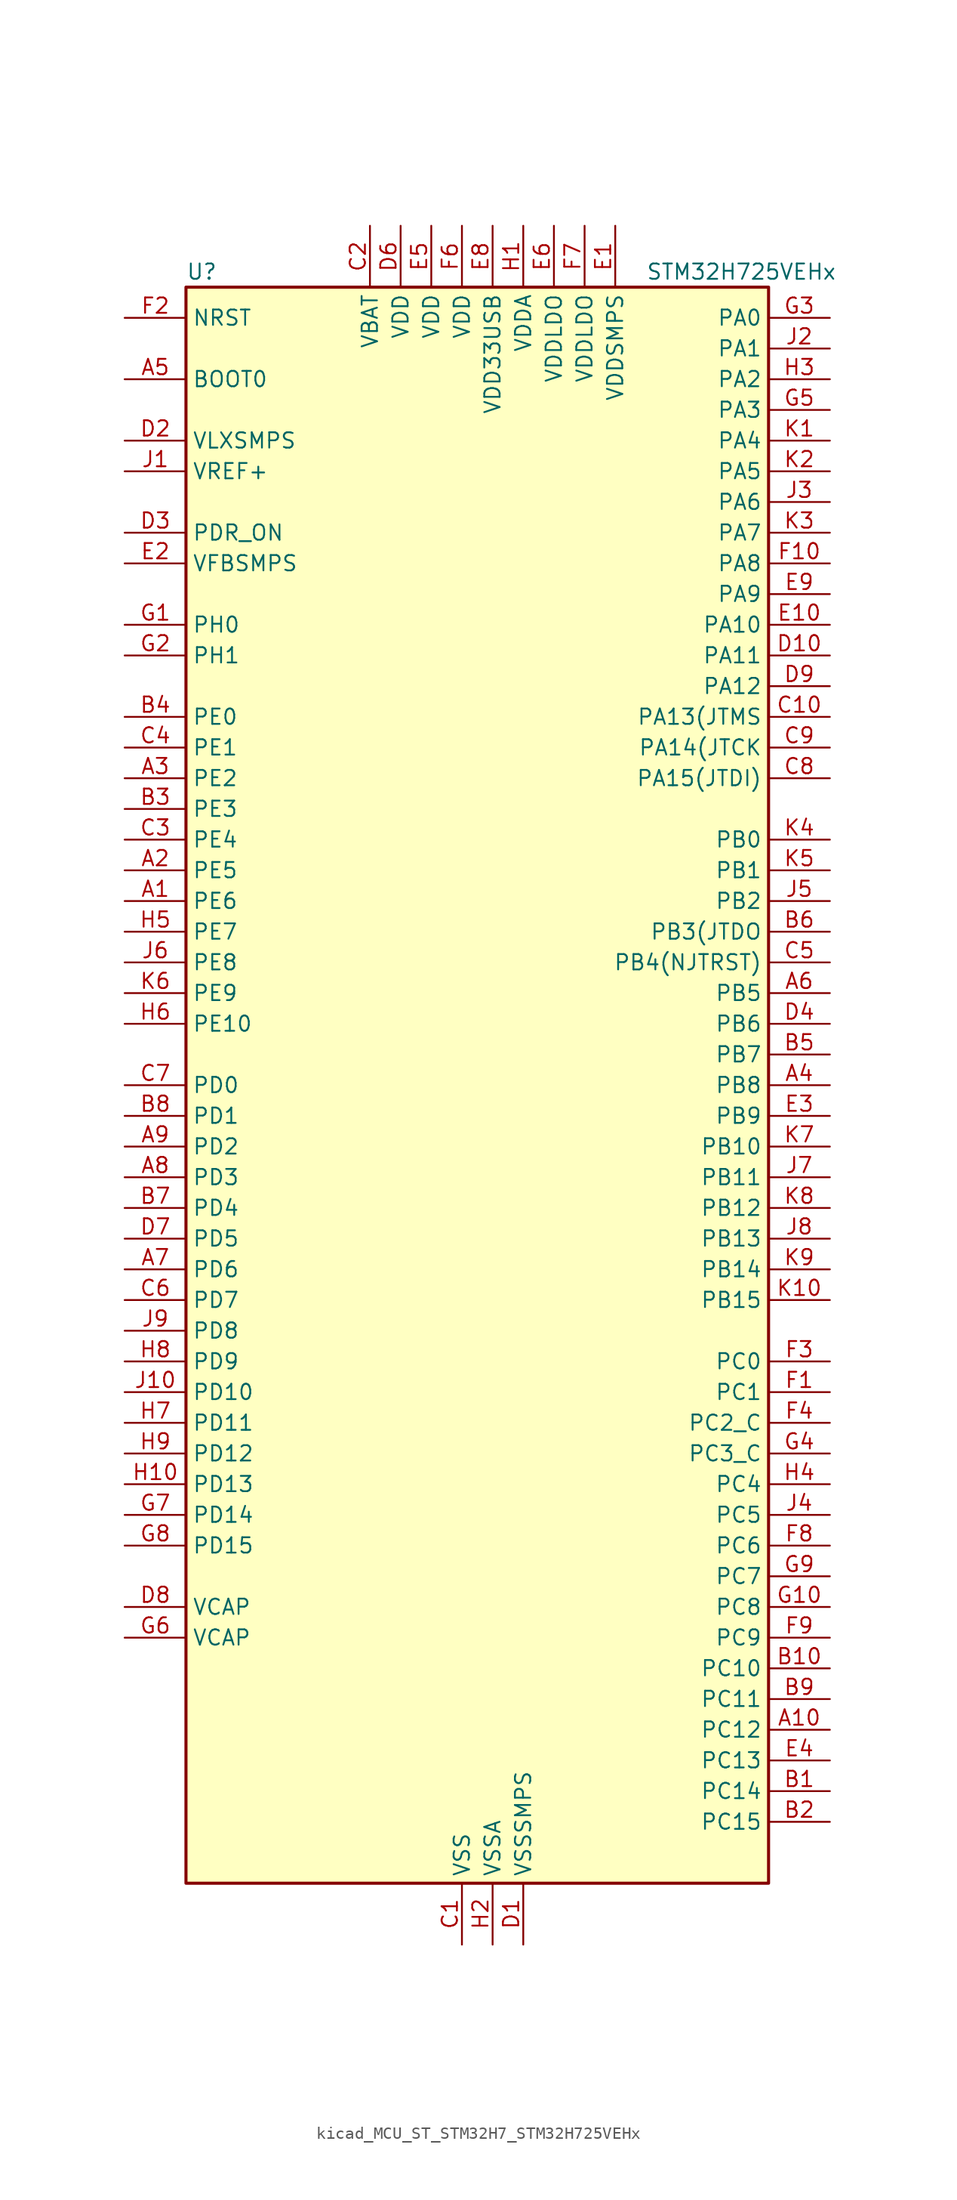
<source format=kicad_sym>
(kicad_symbol_lib
  (version 20220914)
  (generator kicad_symbol_editor)
  (symbol "kicad_MCU_ST_STM32H7_STM32H725VEHx"
    (property "Reference" "U"
      (at -22.86 67.31 0)
      (effects (font (size 1.27 1.27)) (justify left)))
    (property "Value" "STM32H725VEHx"
      (at 15.24 67.31 0)
      (effects (font (size 1.27 1.27)) (justify left)))
    (property "ki_locked" ""
      (at 0 0 0)
      (effects (font (size 1.27 1.27))))
    (symbol "kicad_MCU_ST_STM32H7_STM32H725VEHx_0_1"
      (rectangle (start -22.86 -66.04) (end 25.4 66.04) (stroke (width 0.254) (type default)) (fill (type background))))
    (symbol "kicad_MCU_ST_STM32H7_STM32H725VEHx_1_1"
      (pin bidirectional line (at -27.94 15.24 0) (length 5.08) (name "PE6" (effects (font (size 1.27 1.27)))) (number "A1" (effects (font (size 1.27 1.27)))) (alternate "DCMI_D7" bidirectional line) (alternate "DEBUG_TRACED3" bidirectional line) (alternate "FMC_A22" bidirectional line) (alternate "LTDC_G1" bidirectional line) (alternate "PSSI_D7" bidirectional line) (alternate "SAI1_D1" bidirectional line) (alternate "SAI1_SD_A" bidirectional line) (alternate "SAI4_D1" bidirectional line) (alternate "SAI4_MCLK_B" bidirectional line) (alternate "SAI4_SD_A" bidirectional line) (alternate "SPI4_MOSI" bidirectional line) (alternate "TIM15_CH2" bidirectional line) (alternate "TIM1_BKIN2" bidirectional line) (alternate "TIM1_BKIN2_COMP1" bidirectional line) (alternate "TIM1_BKIN2_COMP2" bidirectional line))
      (pin bidirectional line (at 30.48 -53.34 180) (length 5.08) (name "PC12" (effects (font (size 1.27 1.27)))) (number "A10" (effects (font (size 1.27 1.27)))) (alternate "DCMI_D9" bidirectional line) (alternate "DEBUG_TRACED3" bidirectional line) (alternate "FMC_D6" bidirectional line) (alternate "FMC_DA6" bidirectional line) (alternate "I2C5_SMBA" bidirectional line) (alternate "I2S3_SDO" bidirectional line) (alternate "I2S6_CK" bidirectional line) (alternate "LTDC_R6" bidirectional line) (alternate "PSSI_D9" bidirectional line) (alternate "SDMMC1_CK" bidirectional line) (alternate "SPI3_MOSI" bidirectional line) (alternate "SPI6_SCK" bidirectional line) (alternate "TIM15_CH1" bidirectional line) (alternate "UART5_TX" bidirectional line) (alternate "USART3_CK" bidirectional line))
      (pin bidirectional line (at -27.94 17.78 0) (length 5.08) (name "PE5" (effects (font (size 1.27 1.27)))) (number "A2" (effects (font (size 1.27 1.27)))) (alternate "DCMI_D6" bidirectional line) (alternate "DEBUG_TRACED2" bidirectional line) (alternate "DFSDM1_CKIN3" bidirectional line) (alternate "FMC_A21" bidirectional line) (alternate "LTDC_G0" bidirectional line) (alternate "PSSI_D6" bidirectional line) (alternate "SAI1_CK2" bidirectional line) (alternate "SAI1_SCK_A" bidirectional line) (alternate "SAI4_CK2" bidirectional line) (alternate "SAI4_SCK_A" bidirectional line) (alternate "SPI4_MISO" bidirectional line) (alternate "TIM15_CH1" bidirectional line))
      (pin bidirectional line (at -27.94 25.4 0) (length 5.08) (name "PE2" (effects (font (size 1.27 1.27)))) (number "A3" (effects (font (size 1.27 1.27)))) (alternate "DEBUG_TRACECLK" bidirectional line) (alternate "ETH_TXD3" bidirectional line) (alternate "FMC_A23" bidirectional line) (alternate "OCTOSPIM_P1_IO2" bidirectional line) (alternate "SAI1_CK1" bidirectional line) (alternate "SAI1_MCLK_A" bidirectional line) (alternate "SAI4_CK1" bidirectional line) (alternate "SAI4_MCLK_A" bidirectional line) (alternate "SPI4_SCK" bidirectional line) (alternate "USART10_RX" bidirectional line))
      (pin bidirectional line (at 30.48 0 180) (length 5.08) (name "PB8" (effects (font (size 1.27 1.27)))) (number "A4" (effects (font (size 1.27 1.27)))) (alternate "DCMI_D6" bidirectional line) (alternate "DFSDM1_CKIN7" bidirectional line) (alternate "ETH_TXD3" bidirectional line) (alternate "FDCAN1_RX" bidirectional line) (alternate "I2C1_SCL" bidirectional line) (alternate "I2C4_SCL" bidirectional line) (alternate "LTDC_B6" bidirectional line) (alternate "PSSI_D6" bidirectional line) (alternate "SDMMC1_CKIN" bidirectional line) (alternate "SDMMC1_D4" bidirectional line) (alternate "SDMMC2_D4" bidirectional line) (alternate "TIM16_CH1" bidirectional line) (alternate "TIM4_CH3" bidirectional line) (alternate "UART4_RX" bidirectional line))
      (pin input line (at -27.94 58.42 0) (length 5.08) (name "BOOT0" (effects (font (size 1.27 1.27)))) (number "A5" (effects (font (size 1.27 1.27)))))
      (pin bidirectional line (at 30.48 7.62 180) (length 5.08) (name "PB5" (effects (font (size 1.27 1.27)))) (number "A6" (effects (font (size 1.27 1.27)))) (alternate "DCMI_D10" bidirectional line) (alternate "ETH_PPS_OUT" bidirectional line) (alternate "FDCAN2_RX" bidirectional line) (alternate "FMC_SDCKE1" bidirectional line) (alternate "I2C1_SMBA" bidirectional line) (alternate "I2C4_SMBA" bidirectional line) (alternate "I2S1_SDO" bidirectional line) (alternate "I2S3_SDO" bidirectional line) (alternate "I2S6_SDO" bidirectional line) (alternate "LTDC_B5" bidirectional line) (alternate "PSSI_D10" bidirectional line) (alternate "SPI1_MOSI" bidirectional line) (alternate "SPI3_MOSI" bidirectional line) (alternate "SPI6_MOSI" bidirectional line) (alternate "TIM17_BKIN" bidirectional line) (alternate "TIM3_CH2" bidirectional line) (alternate "UART5_RX" bidirectional line) (alternate "USB_OTG_HS_ULPI_D7" bidirectional line))
      (pin bidirectional line (at -27.94 -15.24 0) (length 5.08) (name "PD6" (effects (font (size 1.27 1.27)))) (number "A7" (effects (font (size 1.27 1.27)))) (alternate "DCMI_D10" bidirectional line) (alternate "DFSDM1_CKIN4" bidirectional line) (alternate "DFSDM1_DATIN1" bidirectional line) (alternate "FMC_NWAIT" bidirectional line) (alternate "I2S3_SDO" bidirectional line) (alternate "LTDC_B2" bidirectional line) (alternate "OCTOSPIM_P1_IO6" bidirectional line) (alternate "PSSI_D10" bidirectional line) (alternate "SAI1_D1" bidirectional line) (alternate "SAI1_SD_A" bidirectional line) (alternate "SAI4_D1" bidirectional line) (alternate "SAI4_SD_A" bidirectional line) (alternate "SDMMC2_CK" bidirectional line) (alternate "SPI3_MOSI" bidirectional line) (alternate "USART2_RX" bidirectional line))
      (pin bidirectional line (at -27.94 -7.62 0) (length 5.08) (name "PD3" (effects (font (size 1.27 1.27)))) (number "A8" (effects (font (size 1.27 1.27)))) (alternate "DCMI_D5" bidirectional line) (alternate "DFSDM1_CKOUT" bidirectional line) (alternate "FMC_CLK" bidirectional line) (alternate "I2S2_CK" bidirectional line) (alternate "LTDC_G7" bidirectional line) (alternate "PSSI_D5" bidirectional line) (alternate "SPI2_SCK" bidirectional line) (alternate "USART2_CTS" bidirectional line) (alternate "USART2_NSS" bidirectional line))
      (pin bidirectional line (at -27.94 -5.08 0) (length 5.08) (name "PD2" (effects (font (size 1.27 1.27)))) (number "A9" (effects (font (size 1.27 1.27)))) (alternate "DCMI_D11" bidirectional line) (alternate "DEBUG_TRACED2" bidirectional line) (alternate "FMC_D7" bidirectional line) (alternate "FMC_DA7" bidirectional line) (alternate "LTDC_B2" bidirectional line) (alternate "LTDC_B7" bidirectional line) (alternate "PSSI_D11" bidirectional line) (alternate "SDMMC1_CMD" bidirectional line) (alternate "TIM15_BKIN" bidirectional line) (alternate "TIM3_ETR" bidirectional line) (alternate "UART5_RX" bidirectional line))
      (pin bidirectional line (at 30.48 -58.42 180) (length 5.08) (name "PC14" (effects (font (size 1.27 1.27)))) (number "B1" (effects (font (size 1.27 1.27)))) (alternate "RCC_OSC32_IN" bidirectional line))
      (pin bidirectional line (at 30.48 -48.26 180) (length 5.08) (name "PC10" (effects (font (size 1.27 1.27)))) (number "B10" (effects (font (size 1.27 1.27)))) (alternate "DCMI_D8" bidirectional line) (alternate "DFSDM1_CKIN5" bidirectional line) (alternate "I2C5_SDA" bidirectional line) (alternate "I2S3_CK" bidirectional line) (alternate "LTDC_B1" bidirectional line) (alternate "LTDC_R2" bidirectional line) (alternate "OCTOSPIM_P1_IO1" bidirectional line) (alternate "PSSI_D8" bidirectional line) (alternate "SDMMC1_D2" bidirectional line) (alternate "SPI3_SCK" bidirectional line) (alternate "SWPMI1_RX" bidirectional line) (alternate "UART4_TX" bidirectional line) (alternate "USART3_TX" bidirectional line))
      (pin bidirectional line (at 30.48 -60.96 180) (length 5.08) (name "PC15" (effects (font (size 1.27 1.27)))) (number "B2" (effects (font (size 1.27 1.27)))) (alternate "ADC1_EXTI15" bidirectional line) (alternate "ADC2_EXTI15" bidirectional line) (alternate "ADC3_EXTI15" bidirectional line) (alternate "RCC_OSC32_OUT" bidirectional line))
      (pin bidirectional line (at -27.94 22.86 0) (length 5.08) (name "PE3" (effects (font (size 1.27 1.27)))) (number "B3" (effects (font (size 1.27 1.27)))) (alternate "DEBUG_TRACED0" bidirectional line) (alternate "FMC_A19" bidirectional line) (alternate "SAI1_SD_B" bidirectional line) (alternate "SAI4_SD_B" bidirectional line) (alternate "TIM15_BKIN" bidirectional line) (alternate "USART10_TX" bidirectional line))
      (pin bidirectional line (at -27.94 30.48 0) (length 5.08) (name "PE0" (effects (font (size 1.27 1.27)))) (number "B4" (effects (font (size 1.27 1.27)))) (alternate "DCMI_D2" bidirectional line) (alternate "FMC_NBL0" bidirectional line) (alternate "LPTIM1_ETR" bidirectional line) (alternate "LPTIM2_ETR" bidirectional line) (alternate "LTDC_R0" bidirectional line) (alternate "PSSI_D2" bidirectional line) (alternate "SAI4_MCLK_A" bidirectional line) (alternate "TIM4_ETR" bidirectional line) (alternate "UART8_RX" bidirectional line))
      (pin bidirectional line (at 30.48 2.54 180) (length 5.08) (name "PB7" (effects (font (size 1.27 1.27)))) (number "B5" (effects (font (size 1.27 1.27)))) (alternate "DCMI_VSYNC" bidirectional line) (alternate "DFSDM1_CKIN5" bidirectional line) (alternate "FMC_NL" bidirectional line) (alternate "I2C1_SDA" bidirectional line) (alternate "I2C4_SDA" bidirectional line) (alternate "LPUART1_RX" bidirectional line) (alternate "PSSI_RDY" bidirectional line) (alternate "PWR_PVD_IN" bidirectional line) (alternate "TIM17_CH1N" bidirectional line) (alternate "TIM4_CH2" bidirectional line) (alternate "USART1_RX" bidirectional line))
      (pin bidirectional line (at 30.48 12.7 180) (length 5.08) (name "PB3(JTDO" (effects (font (size 1.27 1.27)))) (number "B6" (effects (font (size 1.27 1.27)))) (alternate "CRS_SYNC" bidirectional line) (alternate "DEBUG_JTDO-SWO" bidirectional line) (alternate "I2S1_CK" bidirectional line) (alternate "I2S3_CK" bidirectional line) (alternate "I2S6_CK" bidirectional line) (alternate "SDMMC2_D2" bidirectional line) (alternate "SPI1_SCK" bidirectional line) (alternate "SPI3_SCK" bidirectional line) (alternate "SPI6_SCK" bidirectional line) (alternate "TIM24_ETR" bidirectional line) (alternate "TIM2_CH2" bidirectional line) (alternate "UART7_RX" bidirectional line))
      (pin bidirectional line (at -27.94 -10.16 0) (length 5.08) (name "PD4" (effects (font (size 1.27 1.27)))) (number "B7" (effects (font (size 1.27 1.27)))) (alternate "FMC_NOE" bidirectional line) (alternate "OCTOSPIM_P1_IO4" bidirectional line) (alternate "USART2_DE" bidirectional line) (alternate "USART2_RTS" bidirectional line))
      (pin bidirectional line (at -27.94 -2.54 0) (length 5.08) (name "PD1" (effects (font (size 1.27 1.27)))) (number "B8" (effects (font (size 1.27 1.27)))) (alternate "DFSDM1_DATIN6" bidirectional line) (alternate "FDCAN1_TX" bidirectional line) (alternate "FMC_D3" bidirectional line) (alternate "FMC_DA3" bidirectional line) (alternate "UART4_TX" bidirectional line))
      (pin bidirectional line (at 30.48 -50.8 180) (length 5.08) (name "PC11" (effects (font (size 1.27 1.27)))) (number "B9" (effects (font (size 1.27 1.27)))) (alternate "ADC1_EXTI11" bidirectional line) (alternate "ADC2_EXTI11" bidirectional line) (alternate "ADC3_EXTI11" bidirectional line) (alternate "DCMI_D4" bidirectional line) (alternate "DFSDM1_DATIN5" bidirectional line) (alternate "I2C5_SCL" bidirectional line) (alternate "I2S3_SDI" bidirectional line) (alternate "LTDC_B4" bidirectional line) (alternate "OCTOSPIM_P1_NCS" bidirectional line) (alternate "PSSI_D4" bidirectional line) (alternate "SDMMC1_D3" bidirectional line) (alternate "SPI3_MISO" bidirectional line) (alternate "UART4_RX" bidirectional line) (alternate "USART3_RX" bidirectional line))
      (pin power_in line (at 0 -71.12 90) (length 5.08) (name "VSS" (effects (font (size 1.27 1.27)))) (number "C1" (effects (font (size 1.27 1.27)))))
      (pin bidirectional line (at 30.48 30.48 180) (length 5.08) (name "PA13(JTMS" (effects (font (size 1.27 1.27)))) (number "C10" (effects (font (size 1.27 1.27)))) (alternate "DEBUG_JTMS-SWDIO" bidirectional line))
      (pin power_in line (at -7.62 71.12 270) (length 5.08) (name "VBAT" (effects (font (size 1.27 1.27)))) (number "C2" (effects (font (size 1.27 1.27)))))
      (pin bidirectional line (at -27.94 20.32 0) (length 5.08) (name "PE4" (effects (font (size 1.27 1.27)))) (number "C3" (effects (font (size 1.27 1.27)))) (alternate "DCMI_D4" bidirectional line) (alternate "DEBUG_TRACED1" bidirectional line) (alternate "DFSDM1_DATIN3" bidirectional line) (alternate "FMC_A20" bidirectional line) (alternate "LTDC_B0" bidirectional line) (alternate "PSSI_D4" bidirectional line) (alternate "SAI1_D2" bidirectional line) (alternate "SAI1_FS_A" bidirectional line) (alternate "SAI4_D2" bidirectional line) (alternate "SAI4_FS_A" bidirectional line) (alternate "SPI4_NSS" bidirectional line) (alternate "TIM15_CH1N" bidirectional line))
      (pin bidirectional line (at -27.94 27.94 0) (length 5.08) (name "PE1" (effects (font (size 1.27 1.27)))) (number "C4" (effects (font (size 1.27 1.27)))) (alternate "DCMI_D3" bidirectional line) (alternate "FMC_NBL1" bidirectional line) (alternate "LPTIM1_IN2" bidirectional line) (alternate "LTDC_R6" bidirectional line) (alternate "PSSI_D3" bidirectional line) (alternate "UART8_TX" bidirectional line))
      (pin bidirectional line (at 30.48 10.16 180) (length 5.08) (name "PB4(NJTRST)" (effects (font (size 1.27 1.27)))) (number "C5" (effects (font (size 1.27 1.27)))) (alternate "DEBUG_JTRST" bidirectional line) (alternate "I2S1_SDI" bidirectional line) (alternate "I2S2_WS" bidirectional line) (alternate "I2S3_SDI" bidirectional line) (alternate "I2S6_SDI" bidirectional line) (alternate "SDMMC2_D3" bidirectional line) (alternate "SPI1_MISO" bidirectional line) (alternate "SPI2_NSS" bidirectional line) (alternate "SPI3_MISO" bidirectional line) (alternate "SPI6_MISO" bidirectional line) (alternate "TIM16_BKIN" bidirectional line) (alternate "TIM3_CH1" bidirectional line) (alternate "UART7_TX" bidirectional line))
      (pin bidirectional line (at -27.94 -17.78 0) (length 5.08) (name "PD7" (effects (font (size 1.27 1.27)))) (number "C6" (effects (font (size 1.27 1.27)))) (alternate "DFSDM1_CKIN1" bidirectional line) (alternate "DFSDM1_DATIN4" bidirectional line) (alternate "FMC_NE1" bidirectional line) (alternate "I2S1_SDO" bidirectional line) (alternate "OCTOSPIM_P1_IO7" bidirectional line) (alternate "SDMMC2_CMD" bidirectional line) (alternate "SPDIFRX1_IN0" bidirectional line) (alternate "SPI1_MOSI" bidirectional line) (alternate "USART2_CK" bidirectional line))
      (pin bidirectional line (at -27.94 0 0) (length 5.08) (name "PD0" (effects (font (size 1.27 1.27)))) (number "C7" (effects (font (size 1.27 1.27)))) (alternate "DFSDM1_CKIN6" bidirectional line) (alternate "FDCAN1_RX" bidirectional line) (alternate "FMC_D2" bidirectional line) (alternate "FMC_DA2" bidirectional line) (alternate "LTDC_B1" bidirectional line) (alternate "UART4_RX" bidirectional line) (alternate "UART9_CTS" bidirectional line))
      (pin bidirectional line (at 30.48 25.4 180) (length 5.08) (name "PA15(JTDI)" (effects (font (size 1.27 1.27)))) (number "C8" (effects (font (size 1.27 1.27)))) (alternate "ADC1_EXTI15" bidirectional line) (alternate "ADC2_EXTI15" bidirectional line) (alternate "ADC3_EXTI15" bidirectional line) (alternate "CEC" bidirectional line) (alternate "DEBUG_JTDI" bidirectional line) (alternate "I2S1_WS" bidirectional line) (alternate "I2S3_WS" bidirectional line) (alternate "I2S6_WS" bidirectional line) (alternate "LTDC_B6" bidirectional line) (alternate "LTDC_R3" bidirectional line) (alternate "SPI1_NSS" bidirectional line) (alternate "SPI3_NSS" bidirectional line) (alternate "SPI6_NSS" bidirectional line) (alternate "TIM2_CH1" bidirectional line) (alternate "TIM2_ETR" bidirectional line) (alternate "UART4_DE" bidirectional line) (alternate "UART4_RTS" bidirectional line) (alternate "UART7_TX" bidirectional line))
      (pin bidirectional line (at 30.48 27.94 180) (length 5.08) (name "PA14(JTCK" (effects (font (size 1.27 1.27)))) (number "C9" (effects (font (size 1.27 1.27)))) (alternate "DEBUG_JTCK-SWCLK" bidirectional line))
      (pin power_in line (at 5.08 -71.12 90) (length 5.08) (name "VSSSMPS" (effects (font (size 1.27 1.27)))) (number "D1" (effects (font (size 1.27 1.27)))))
      (pin bidirectional line (at 30.48 35.56 180) (length 5.08) (name "PA11" (effects (font (size 1.27 1.27)))) (number "D10" (effects (font (size 1.27 1.27)))) (alternate "ADC1_EXTI11" bidirectional line) (alternate "ADC2_EXTI11" bidirectional line) (alternate "ADC3_EXTI11" bidirectional line) (alternate "FDCAN1_RX" bidirectional line) (alternate "I2S2_WS" bidirectional line) (alternate "LPUART1_CTS" bidirectional line) (alternate "LTDC_R4" bidirectional line) (alternate "SPI2_NSS" bidirectional line) (alternate "TIM1_CH4" bidirectional line) (alternate "UART4_RX" bidirectional line) (alternate "USART1_CTS" bidirectional line) (alternate "USART1_NSS" bidirectional line) (alternate "USB_OTG_HS_DM" bidirectional line))
      (pin power_in line (at -27.94 53.34 0) (length 5.08) (name "VLXSMPS" (effects (font (size 1.27 1.27)))) (number "D2" (effects (font (size 1.27 1.27)))))
      (pin input line (at -27.94 45.72 0) (length 5.08) (name "PDR_ON" (effects (font (size 1.27 1.27)))) (number "D3" (effects (font (size 1.27 1.27)))))
      (pin bidirectional line (at 30.48 5.08 180) (length 5.08) (name "PB6" (effects (font (size 1.27 1.27)))) (number "D4" (effects (font (size 1.27 1.27)))) (alternate "CEC" bidirectional line) (alternate "DCMI_D5" bidirectional line) (alternate "DFSDM1_DATIN5" bidirectional line) (alternate "FDCAN2_TX" bidirectional line) (alternate "FMC_SDNE1" bidirectional line) (alternate "I2C1_SCL" bidirectional line) (alternate "I2C4_SCL" bidirectional line) (alternate "LPUART1_TX" bidirectional line) (alternate "OCTOSPIM_P1_NCS" bidirectional line) (alternate "PSSI_D5" bidirectional line) (alternate "TIM16_CH1N" bidirectional line) (alternate "TIM4_CH1" bidirectional line) (alternate "UART5_TX" bidirectional line) (alternate "USART1_TX" bidirectional line))
      (pin passive line (at 0 -71.12 90) (length 5.08) hide (name "VSS" (effects (font (size 1.27 1.27)))) (number "D5" (effects (font (size 1.27 1.27)))))
      (pin power_in line (at -5.08 71.12 270) (length 5.08) (name "VDD" (effects (font (size 1.27 1.27)))) (number "D6" (effects (font (size 1.27 1.27)))))
      (pin bidirectional line (at -27.94 -12.7 0) (length 5.08) (name "PD5" (effects (font (size 1.27 1.27)))) (number "D7" (effects (font (size 1.27 1.27)))) (alternate "FMC_NWE" bidirectional line) (alternate "OCTOSPIM_P1_IO5" bidirectional line) (alternate "USART2_TX" bidirectional line))
      (pin power_out line (at -27.94 -43.18 0) (length 5.08) (name "VCAP" (effects (font (size 1.27 1.27)))) (number "D8" (effects (font (size 1.27 1.27)))))
      (pin bidirectional line (at 30.48 33.02 180) (length 5.08) (name "PA12" (effects (font (size 1.27 1.27)))) (number "D9" (effects (font (size 1.27 1.27)))) (alternate "FDCAN1_TX" bidirectional line) (alternate "I2S2_CK" bidirectional line) (alternate "LPUART1_DE" bidirectional line) (alternate "LPUART1_RTS" bidirectional line) (alternate "LTDC_R5" bidirectional line) (alternate "SAI4_FS_B" bidirectional line) (alternate "SPI2_SCK" bidirectional line) (alternate "TIM1_BKIN2" bidirectional line) (alternate "TIM1_ETR" bidirectional line) (alternate "UART4_TX" bidirectional line) (alternate "USART1_DE" bidirectional line) (alternate "USART1_RTS" bidirectional line) (alternate "USB_OTG_HS_DP" bidirectional line))
      (pin power_in line (at 12.7 71.12 270) (length 5.08) (name "VDDSMPS" (effects (font (size 1.27 1.27)))) (number "E1" (effects (font (size 1.27 1.27)))))
      (pin bidirectional line (at 30.48 38.1 180) (length 5.08) (name "PA10" (effects (font (size 1.27 1.27)))) (number "E10" (effects (font (size 1.27 1.27)))) (alternate "DCMI_D1" bidirectional line) (alternate "LPUART1_RX" bidirectional line) (alternate "LTDC_B1" bidirectional line) (alternate "LTDC_B4" bidirectional line) (alternate "MDIOS_MDIO" bidirectional line) (alternate "PSSI_D1" bidirectional line) (alternate "TIM1_CH3" bidirectional line) (alternate "USART1_RX" bidirectional line) (alternate "USB_OTG_HS_ID" bidirectional line))
      (pin input line (at -27.94 43.18 0) (length 5.08) (name "VFBSMPS" (effects (font (size 1.27 1.27)))) (number "E2" (effects (font (size 1.27 1.27)))))
      (pin bidirectional line (at 30.48 -2.54 180) (length 5.08) (name "PB9" (effects (font (size 1.27 1.27)))) (number "E3" (effects (font (size 1.27 1.27)))) (alternate "DAC1_EXTI9" bidirectional line) (alternate "DCMI_D7" bidirectional line) (alternate "DFSDM1_DATIN7" bidirectional line) (alternate "FDCAN1_TX" bidirectional line) (alternate "I2C1_SDA" bidirectional line) (alternate "I2C4_SDA" bidirectional line) (alternate "I2C4_SMBA" bidirectional line) (alternate "I2S2_WS" bidirectional line) (alternate "LTDC_B7" bidirectional line) (alternate "PSSI_D7" bidirectional line) (alternate "SDMMC1_CDIR" bidirectional line) (alternate "SDMMC1_D5" bidirectional line) (alternate "SDMMC2_D5" bidirectional line) (alternate "SPI2_NSS" bidirectional line) (alternate "TIM17_CH1" bidirectional line) (alternate "TIM4_CH4" bidirectional line) (alternate "UART4_TX" bidirectional line))
      (pin bidirectional line (at 30.48 -55.88 180) (length 5.08) (name "PC13" (effects (font (size 1.27 1.27)))) (number "E4" (effects (font (size 1.27 1.27)))) (alternate "PWR_WKUP4" bidirectional line) (alternate "RTC_OUT_ALARM" bidirectional line) (alternate "RTC_OUT_CALIB" bidirectional line) (alternate "RTC_TAMP1" bidirectional line) (alternate "RTC_TS" bidirectional line))
      (pin power_in line (at -2.54 71.12 270) (length 5.08) (name "VDD" (effects (font (size 1.27 1.27)))) (number "E5" (effects (font (size 1.27 1.27)))))
      (pin power_in line (at 7.62 71.12 270) (length 5.08) (name "VDDLDO" (effects (font (size 1.27 1.27)))) (number "E6" (effects (font (size 1.27 1.27)))))
      (pin passive line (at 0 -71.12 90) (length 5.08) hide (name "VSS" (effects (font (size 1.27 1.27)))) (number "E7" (effects (font (size 1.27 1.27)))))
      (pin power_in line (at 2.54 71.12 270) (length 5.08) (name "VDD33USB" (effects (font (size 1.27 1.27)))) (number "E8" (effects (font (size 1.27 1.27)))))
      (pin bidirectional line (at 30.48 40.64 180) (length 5.08) (name "PA9" (effects (font (size 1.27 1.27)))) (number "E9" (effects (font (size 1.27 1.27)))) (alternate "DAC1_EXTI9" bidirectional line) (alternate "DCMI_D0" bidirectional line) (alternate "ETH_TX_ER" bidirectional line) (alternate "I2C3_SMBA" bidirectional line) (alternate "I2C5_SMBA" bidirectional line) (alternate "I2S2_CK" bidirectional line) (alternate "LPUART1_TX" bidirectional line) (alternate "LTDC_R5" bidirectional line) (alternate "PSSI_D0" bidirectional line) (alternate "SPI2_SCK" bidirectional line) (alternate "TIM1_CH2" bidirectional line) (alternate "USART1_TX" bidirectional line) (alternate "USB_OTG_HS_VBUS" bidirectional line))
      (pin bidirectional line (at 30.48 -25.4 180) (length 5.08) (name "PC1" (effects (font (size 1.27 1.27)))) (number "F1" (effects (font (size 1.27 1.27)))) (alternate "ADC1_INN10" bidirectional line) (alternate "ADC1_INP11" bidirectional line) (alternate "ADC2_INN10" bidirectional line) (alternate "ADC2_INP11" bidirectional line) (alternate "ADC3_INN10" bidirectional line) (alternate "ADC3_INP11" bidirectional line) (alternate "DEBUG_TRACED0" bidirectional line) (alternate "DFSDM1_CKIN4" bidirectional line) (alternate "DFSDM1_DATIN0" bidirectional line) (alternate "ETH_MDC" bidirectional line) (alternate "I2S2_SDO" bidirectional line) (alternate "LTDC_G5" bidirectional line) (alternate "MDIOS_MDC" bidirectional line) (alternate "OCTOSPIM_P1_IO4" bidirectional line) (alternate "PWR_WKUP6" bidirectional line) (alternate "RTC_TAMP3" bidirectional line) (alternate "SAI1_D1" bidirectional line) (alternate "SAI1_SD_A" bidirectional line) (alternate "SAI4_D1" bidirectional line) (alternate "SAI4_SD_A" bidirectional line) (alternate "SDMMC2_CK" bidirectional line) (alternate "SPI2_MOSI" bidirectional line))
      (pin bidirectional line (at 30.48 43.18 180) (length 5.08) (name "PA8" (effects (font (size 1.27 1.27)))) (number "F10" (effects (font (size 1.27 1.27)))) (alternate "I2C3_SCL" bidirectional line) (alternate "I2C5_SCL" bidirectional line) (alternate "LTDC_B3" bidirectional line) (alternate "LTDC_R6" bidirectional line) (alternate "RCC_MCO_1" bidirectional line) (alternate "TIM1_CH1" bidirectional line) (alternate "TIM8_BKIN2" bidirectional line) (alternate "TIM8_BKIN2_COMP1" bidirectional line) (alternate "TIM8_BKIN2_COMP2" bidirectional line) (alternate "UART7_RX" bidirectional line) (alternate "USART1_CK" bidirectional line) (alternate "USB_OTG_HS_SOF" bidirectional line))
      (pin input line (at -27.94 63.5 0) (length 5.08) (name "NRST" (effects (font (size 1.27 1.27)))) (number "F2" (effects (font (size 1.27 1.27)))))
      (pin bidirectional line (at 30.48 -22.86 180) (length 5.08) (name "PC0" (effects (font (size 1.27 1.27)))) (number "F3" (effects (font (size 1.27 1.27)))) (alternate "ADC1_INP10" bidirectional line) (alternate "ADC2_INP10" bidirectional line) (alternate "ADC3_INP10" bidirectional line) (alternate "DFSDM1_CKIN0" bidirectional line) (alternate "DFSDM1_DATIN4" bidirectional line) (alternate "FMC_A25" bidirectional line) (alternate "FMC_D12" bidirectional line) (alternate "FMC_DA12" bidirectional line) (alternate "FMC_SDNWE" bidirectional line) (alternate "LTDC_G2" bidirectional line) (alternate "LTDC_R5" bidirectional line) (alternate "SAI4_FS_B" bidirectional line) (alternate "USB_OTG_HS_ULPI_STP" bidirectional line))
      (pin bidirectional line (at 30.48 -27.94 180) (length 5.08) (name "PC2_C" (effects (font (size 1.27 1.27)))) (number "F4" (effects (font (size 1.27 1.27)))) (alternate "ADC3_INN1" bidirectional line) (alternate "ADC3_INP0" bidirectional line) (alternate "DFSDM1_CKIN1" bidirectional line) (alternate "DFSDM1_CKOUT" bidirectional line) (alternate "ETH_TXD2" bidirectional line) (alternate "FMC_SDNE0" bidirectional line) (alternate "I2S2_SDI" bidirectional line) (alternate "OCTOSPIM_P1_IO2" bidirectional line) (alternate "OCTOSPIM_P1_IO5" bidirectional line) (alternate "PWR_CSTOP" bidirectional line) (alternate "SPI2_MISO" bidirectional line) (alternate "USB_OTG_HS_ULPI_DIR" bidirectional line))
      (pin passive line (at 0 -71.12 90) (length 5.08) hide (name "VSS" (effects (font (size 1.27 1.27)))) (number "F5" (effects (font (size 1.27 1.27)))))
      (pin power_in line (at 0 71.12 270) (length 5.08) (name "VDD" (effects (font (size 1.27 1.27)))) (number "F6" (effects (font (size 1.27 1.27)))))
      (pin power_in line (at 10.16 71.12 270) (length 5.08) (name "VDDLDO" (effects (font (size 1.27 1.27)))) (number "F7" (effects (font (size 1.27 1.27)))))
      (pin bidirectional line (at 30.48 -38.1 180) (length 5.08) (name "PC6" (effects (font (size 1.27 1.27)))) (number "F8" (effects (font (size 1.27 1.27)))) (alternate "DCMI_D0" bidirectional line) (alternate "DFSDM1_CKIN3" bidirectional line) (alternate "FMC_NWAIT" bidirectional line) (alternate "I2S2_MCK" bidirectional line) (alternate "LTDC_HSYNC" bidirectional line) (alternate "PSSI_D0" bidirectional line) (alternate "SDMMC1_D0DIR" bidirectional line) (alternate "SDMMC1_D6" bidirectional line) (alternate "SDMMC2_D6" bidirectional line) (alternate "SWPMI1_IO" bidirectional line) (alternate "TIM3_CH1" bidirectional line) (alternate "TIM8_CH1" bidirectional line) (alternate "USART6_TX" bidirectional line))
      (pin bidirectional line (at 30.48 -45.72 180) (length 5.08) (name "PC9" (effects (font (size 1.27 1.27)))) (number "F9" (effects (font (size 1.27 1.27)))) (alternate "DAC1_EXTI9" bidirectional line) (alternate "DCMI_D3" bidirectional line) (alternate "I2C3_SDA" bidirectional line) (alternate "I2C5_SDA" bidirectional line) (alternate "I2S_CKIN" bidirectional line) (alternate "LTDC_B2" bidirectional line) (alternate "LTDC_G3" bidirectional line) (alternate "OCTOSPIM_P1_IO0" bidirectional line) (alternate "PSSI_D3" bidirectional line) (alternate "RCC_MCO_2" bidirectional line) (alternate "SDMMC1_D1" bidirectional line) (alternate "SWPMI1_SUSPEND" bidirectional line) (alternate "TIM3_CH4" bidirectional line) (alternate "TIM8_CH4" bidirectional line) (alternate "UART5_CTS" bidirectional line))
      (pin bidirectional line (at -27.94 38.1 0) (length 5.08) (name "PH0" (effects (font (size 1.27 1.27)))) (number "G1" (effects (font (size 1.27 1.27)))) (alternate "RCC_OSC_IN" bidirectional line))
      (pin bidirectional line (at 30.48 -43.18 180) (length 5.08) (name "PC8" (effects (font (size 1.27 1.27)))) (number "G10" (effects (font (size 1.27 1.27)))) (alternate "DCMI_D2" bidirectional line) (alternate "DEBUG_TRACED1" bidirectional line) (alternate "FMC_INT" bidirectional line) (alternate "FMC_NCE" bidirectional line) (alternate "FMC_NE2" bidirectional line) (alternate "PSSI_D2" bidirectional line) (alternate "SDMMC1_D0" bidirectional line) (alternate "SWPMI1_RX" bidirectional line) (alternate "TIM3_CH3" bidirectional line) (alternate "TIM8_CH3" bidirectional line) (alternate "UART5_DE" bidirectional line) (alternate "UART5_RTS" bidirectional line) (alternate "USART6_CK" bidirectional line))
      (pin bidirectional line (at -27.94 35.56 0) (length 5.08) (name "PH1" (effects (font (size 1.27 1.27)))) (number "G2" (effects (font (size 1.27 1.27)))) (alternate "RCC_OSC_OUT" bidirectional line))
      (pin bidirectional line (at 30.48 63.5 180) (length 5.08) (name "PA0" (effects (font (size 1.27 1.27)))) (number "G3" (effects (font (size 1.27 1.27)))) (alternate "ADC1_INP16" bidirectional line) (alternate "ETH_CRS" bidirectional line) (alternate "FMC_A19" bidirectional line) (alternate "I2S6_WS" bidirectional line) (alternate "PWR_WKUP1" bidirectional line) (alternate "SAI4_SD_B" bidirectional line) (alternate "SDMMC2_CMD" bidirectional line) (alternate "SPI6_NSS" bidirectional line) (alternate "TIM15_BKIN" bidirectional line) (alternate "TIM2_CH1" bidirectional line) (alternate "TIM2_ETR" bidirectional line) (alternate "TIM5_CH1" bidirectional line) (alternate "TIM8_ETR" bidirectional line) (alternate "UART4_TX" bidirectional line) (alternate "USART2_CTS" bidirectional line) (alternate "USART2_NSS" bidirectional line))
      (pin bidirectional line (at 30.48 -30.48 180) (length 5.08) (name "PC3_C" (effects (font (size 1.27 1.27)))) (number "G4" (effects (font (size 1.27 1.27)))) (alternate "ADC3_INP1" bidirectional line) (alternate "DFSDM1_DATIN1" bidirectional line) (alternate "ETH_TX_CLK" bidirectional line) (alternate "FMC_SDCKE0" bidirectional line) (alternate "I2S2_SDO" bidirectional line) (alternate "OCTOSPIM_P1_IO0" bidirectional line) (alternate "OCTOSPIM_P1_IO6" bidirectional line) (alternate "PWR_CSLEEP" bidirectional line) (alternate "SPI2_MOSI" bidirectional line) (alternate "USB_OTG_HS_ULPI_NXT" bidirectional line))
      (pin bidirectional line (at 30.48 55.88 180) (length 5.08) (name "PA3" (effects (font (size 1.27 1.27)))) (number "G5" (effects (font (size 1.27 1.27)))) (alternate "ADC1_INP15" bidirectional line) (alternate "ADC2_INP15" bidirectional line) (alternate "ETH_COL" bidirectional line) (alternate "I2S6_MCK" bidirectional line) (alternate "LPTIM5_OUT" bidirectional line) (alternate "LTDC_B2" bidirectional line) (alternate "LTDC_B5" bidirectional line) (alternate "OCTOSPIM_P1_CLK" bidirectional line) (alternate "OCTOSPIM_P1_IO2" bidirectional line) (alternate "TIM15_CH2" bidirectional line) (alternate "TIM2_CH4" bidirectional line) (alternate "TIM5_CH4" bidirectional line) (alternate "USART2_RX" bidirectional line) (alternate "USB_OTG_HS_ULPI_D0" bidirectional line))
      (pin power_out line (at -27.94 -45.72 0) (length 5.08) (name "VCAP" (effects (font (size 1.27 1.27)))) (number "G6" (effects (font (size 1.27 1.27)))))
      (pin bidirectional line (at -27.94 -35.56 0) (length 5.08) (name "PD14" (effects (font (size 1.27 1.27)))) (number "G7" (effects (font (size 1.27 1.27)))) (alternate "FMC_D0" bidirectional line) (alternate "FMC_DA0" bidirectional line) (alternate "TIM4_CH3" bidirectional line) (alternate "UART8_CTS" bidirectional line) (alternate "UART9_RX" bidirectional line))
      (pin bidirectional line (at -27.94 -38.1 0) (length 5.08) (name "PD15" (effects (font (size 1.27 1.27)))) (number "G8" (effects (font (size 1.27 1.27)))) (alternate "ADC1_EXTI15" bidirectional line) (alternate "ADC2_EXTI15" bidirectional line) (alternate "ADC3_EXTI15" bidirectional line) (alternate "FMC_D1" bidirectional line) (alternate "FMC_DA1" bidirectional line) (alternate "TIM4_CH4" bidirectional line) (alternate "UART8_DE" bidirectional line) (alternate "UART8_RTS" bidirectional line) (alternate "UART9_TX" bidirectional line))
      (pin bidirectional line (at 30.48 -40.64 180) (length 5.08) (name "PC7" (effects (font (size 1.27 1.27)))) (number "G9" (effects (font (size 1.27 1.27)))) (alternate "DCMI_D1" bidirectional line) (alternate "DEBUG_TRGIO" bidirectional line) (alternate "DFSDM1_DATIN3" bidirectional line) (alternate "FMC_NE1" bidirectional line) (alternate "I2S3_MCK" bidirectional line) (alternate "LTDC_G6" bidirectional line) (alternate "PSSI_D1" bidirectional line) (alternate "SDMMC1_D123DIR" bidirectional line) (alternate "SDMMC1_D7" bidirectional line) (alternate "SDMMC2_D7" bidirectional line) (alternate "SWPMI1_TX" bidirectional line) (alternate "TIM3_CH2" bidirectional line) (alternate "TIM8_CH2" bidirectional line) (alternate "USART6_RX" bidirectional line))
      (pin power_in line (at 5.08 71.12 270) (length 5.08) (name "VDDA" (effects (font (size 1.27 1.27)))) (number "H1" (effects (font (size 1.27 1.27)))))
      (pin bidirectional line (at -27.94 -33.02 0) (length 5.08) (name "PD13" (effects (font (size 1.27 1.27)))) (number "H10" (effects (font (size 1.27 1.27)))) (alternate "DCMI_D13" bidirectional line) (alternate "FDCAN3_TX" bidirectional line) (alternate "FMC_A18" bidirectional line) (alternate "I2C4_SDA" bidirectional line) (alternate "LPTIM1_OUT" bidirectional line) (alternate "OCTOSPIM_P1_IO3" bidirectional line) (alternate "PSSI_D13" bidirectional line) (alternate "SAI4_SCK_A" bidirectional line) (alternate "TIM4_CH2" bidirectional line) (alternate "UART9_DE" bidirectional line) (alternate "UART9_RTS" bidirectional line))
      (pin power_in line (at 2.54 -71.12 90) (length 5.08) (name "VSSA" (effects (font (size 1.27 1.27)))) (number "H2" (effects (font (size 1.27 1.27)))))
      (pin bidirectional line (at 30.48 58.42 180) (length 5.08) (name "PA2" (effects (font (size 1.27 1.27)))) (number "H3" (effects (font (size 1.27 1.27)))) (alternate "ADC1_INP14" bidirectional line) (alternate "ADC2_INP14" bidirectional line) (alternate "ETH_MDIO" bidirectional line) (alternate "LPTIM4_OUT" bidirectional line) (alternate "LTDC_R1" bidirectional line) (alternate "MDIOS_MDIO" bidirectional line) (alternate "OCTOSPIM_P1_IO0" bidirectional line) (alternate "PWR_WKUP2" bidirectional line) (alternate "SAI4_SCK_B" bidirectional line) (alternate "TIM15_CH1" bidirectional line) (alternate "TIM2_CH3" bidirectional line) (alternate "TIM5_CH3" bidirectional line) (alternate "USART2_TX" bidirectional line))
      (pin bidirectional line (at 30.48 -33.02 180) (length 5.08) (name "PC4" (effects (font (size 1.27 1.27)))) (number "H4" (effects (font (size 1.27 1.27)))) (alternate "ADC1_INP4" bidirectional line) (alternate "ADC2_INP4" bidirectional line) (alternate "COMP1_INM" bidirectional line) (alternate "DFSDM1_CKIN2" bidirectional line) (alternate "ETH_RXD0" bidirectional line) (alternate "FMC_A22" bidirectional line) (alternate "FMC_SDNE0" bidirectional line) (alternate "I2S1_MCK" bidirectional line) (alternate "LTDC_R7" bidirectional line) (alternate "OPAMP1_VOUT" bidirectional line) (alternate "SDMMC2_CKIN" bidirectional line) (alternate "SPDIFRX1_IN2" bidirectional line))
      (pin bidirectional line (at -27.94 12.7 0) (length 5.08) (name "PE7" (effects (font (size 1.27 1.27)))) (number "H5" (effects (font (size 1.27 1.27)))) (alternate "COMP2_INM" bidirectional line) (alternate "DFSDM1_DATIN2" bidirectional line) (alternate "FMC_D4" bidirectional line) (alternate "FMC_DA4" bidirectional line) (alternate "OCTOSPIM_P1_IO4" bidirectional line) (alternate "OPAMP2_VOUT" bidirectional line) (alternate "TIM1_ETR" bidirectional line) (alternate "UART7_RX" bidirectional line))
      (pin bidirectional line (at -27.94 5.08 0) (length 5.08) (name "PE10" (effects (font (size 1.27 1.27)))) (number "H6" (effects (font (size 1.27 1.27)))) (alternate "COMP2_INM" bidirectional line) (alternate "DFSDM1_DATIN4" bidirectional line) (alternate "FMC_D7" bidirectional line) (alternate "FMC_DA7" bidirectional line) (alternate "OCTOSPIM_P1_IO7" bidirectional line) (alternate "TIM1_CH2N" bidirectional line) (alternate "UART7_CTS" bidirectional line))
      (pin bidirectional line (at -27.94 -27.94 0) (length 5.08) (name "PD11" (effects (font (size 1.27 1.27)))) (number "H7" (effects (font (size 1.27 1.27)))) (alternate "ADC1_EXTI11" bidirectional line) (alternate "ADC2_EXTI11" bidirectional line) (alternate "ADC3_EXTI11" bidirectional line) (alternate "FMC_A16" bidirectional line) (alternate "FMC_CLE" bidirectional line) (alternate "I2C4_SMBA" bidirectional line) (alternate "LPTIM2_IN2" bidirectional line) (alternate "OCTOSPIM_P1_IO0" bidirectional line) (alternate "SAI4_SD_A" bidirectional line) (alternate "USART3_CTS" bidirectional line) (alternate "USART3_NSS" bidirectional line))
      (pin bidirectional line (at -27.94 -22.86 0) (length 5.08) (name "PD9" (effects (font (size 1.27 1.27)))) (number "H8" (effects (font (size 1.27 1.27)))) (alternate "DAC1_EXTI9" bidirectional line) (alternate "DFSDM1_DATIN3" bidirectional line) (alternate "FMC_D14" bidirectional line) (alternate "FMC_DA14" bidirectional line) (alternate "USART3_RX" bidirectional line))
      (pin bidirectional line (at -27.94 -30.48 0) (length 5.08) (name "PD12" (effects (font (size 1.27 1.27)))) (number "H9" (effects (font (size 1.27 1.27)))) (alternate "DCMI_D12" bidirectional line) (alternate "FDCAN3_RX" bidirectional line) (alternate "FMC_A17" bidirectional line) (alternate "FMC_ALE" bidirectional line) (alternate "I2C4_SCL" bidirectional line) (alternate "LPTIM1_IN1" bidirectional line) (alternate "LPTIM2_IN1" bidirectional line) (alternate "OCTOSPIM_P1_IO1" bidirectional line) (alternate "PSSI_D12" bidirectional line) (alternate "SAI4_FS_A" bidirectional line) (alternate "TIM4_CH1" bidirectional line) (alternate "USART3_DE" bidirectional line) (alternate "USART3_RTS" bidirectional line))
      (pin input line (at -27.94 50.8 0) (length 5.08) (name "VREF+" (effects (font (size 1.27 1.27)))) (number "J1" (effects (font (size 1.27 1.27)))) (alternate "VREFBUF_OUT" bidirectional line))
      (pin bidirectional line (at -27.94 -25.4 0) (length 5.08) (name "PD10" (effects (font (size 1.27 1.27)))) (number "J10" (effects (font (size 1.27 1.27)))) (alternate "DFSDM1_CKOUT" bidirectional line) (alternate "FMC_D15" bidirectional line) (alternate "FMC_DA15" bidirectional line) (alternate "LTDC_B3" bidirectional line) (alternate "USART3_CK" bidirectional line))
      (pin bidirectional line (at 30.48 60.96 180) (length 5.08) (name "PA1" (effects (font (size 1.27 1.27)))) (number "J2" (effects (font (size 1.27 1.27)))) (alternate "ADC1_INN16" bidirectional line) (alternate "ADC1_INP17" bidirectional line) (alternate "ETH_REF_CLK" bidirectional line) (alternate "ETH_RX_CLK" bidirectional line) (alternate "LPTIM3_OUT" bidirectional line) (alternate "LTDC_R2" bidirectional line) (alternate "OCTOSPIM_P1_DQS" bidirectional line) (alternate "OCTOSPIM_P1_IO3" bidirectional line) (alternate "SAI4_MCLK_B" bidirectional line) (alternate "TIM15_CH1N" bidirectional line) (alternate "TIM2_CH2" bidirectional line) (alternate "TIM5_CH2" bidirectional line) (alternate "UART4_RX" bidirectional line) (alternate "USART2_DE" bidirectional line) (alternate "USART2_RTS" bidirectional line))
      (pin bidirectional line (at 30.48 48.26 180) (length 5.08) (name "PA6" (effects (font (size 1.27 1.27)))) (number "J3" (effects (font (size 1.27 1.27)))) (alternate "ADC1_INP3" bidirectional line) (alternate "ADC2_INP3" bidirectional line) (alternate "DCMI_PIXCLK" bidirectional line) (alternate "I2S1_SDI" bidirectional line) (alternate "I2S6_SDI" bidirectional line) (alternate "LTDC_G2" bidirectional line) (alternate "MDIOS_MDC" bidirectional line) (alternate "OCTOSPIM_P1_IO3" bidirectional line) (alternate "PSSI_PDCK" bidirectional line) (alternate "SPI1_MISO" bidirectional line) (alternate "SPI6_MISO" bidirectional line) (alternate "TIM13_CH1" bidirectional line) (alternate "TIM1_BKIN" bidirectional line) (alternate "TIM1_BKIN_COMP1" bidirectional line) (alternate "TIM1_BKIN_COMP2" bidirectional line) (alternate "TIM3_CH1" bidirectional line) (alternate "TIM8_BKIN" bidirectional line) (alternate "TIM8_BKIN_COMP1" bidirectional line) (alternate "TIM8_BKIN_COMP2" bidirectional line))
      (pin bidirectional line (at 30.48 -35.56 180) (length 5.08) (name "PC5" (effects (font (size 1.27 1.27)))) (number "J4" (effects (font (size 1.27 1.27)))) (alternate "ADC1_INN4" bidirectional line) (alternate "ADC1_INP8" bidirectional line) (alternate "ADC2_INN4" bidirectional line) (alternate "ADC2_INP8" bidirectional line) (alternate "COMP1_OUT" bidirectional line) (alternate "DFSDM1_DATIN2" bidirectional line) (alternate "ETH_RXD1" bidirectional line) (alternate "FMC_SDCKE0" bidirectional line) (alternate "LTDC_DE" bidirectional line) (alternate "OCTOSPIM_P1_DQS" bidirectional line) (alternate "OPAMP1_VINM" bidirectional line) (alternate "PSSI_D15" bidirectional line) (alternate "SAI1_D3" bidirectional line) (alternate "SAI4_D3" bidirectional line) (alternate "SPDIFRX1_IN3" bidirectional line))
      (pin bidirectional line (at 30.48 15.24 180) (length 5.08) (name "PB2" (effects (font (size 1.27 1.27)))) (number "J5" (effects (font (size 1.27 1.27)))) (alternate "COMP1_INP" bidirectional line) (alternate "DFSDM1_CKIN1" bidirectional line) (alternate "ETH_TX_ER" bidirectional line) (alternate "I2S3_SDO" bidirectional line) (alternate "OCTOSPIM_P1_CLK" bidirectional line) (alternate "OCTOSPIM_P1_DQS" bidirectional line) (alternate "RTC_OUT_ALARM" bidirectional line) (alternate "RTC_OUT_CALIB" bidirectional line) (alternate "SAI1_D1" bidirectional line) (alternate "SAI1_SD_A" bidirectional line) (alternate "SAI4_D1" bidirectional line) (alternate "SAI4_SD_A" bidirectional line) (alternate "SPI3_MOSI" bidirectional line) (alternate "TIM23_ETR" bidirectional line))
      (pin bidirectional line (at -27.94 10.16 0) (length 5.08) (name "PE8" (effects (font (size 1.27 1.27)))) (number "J6" (effects (font (size 1.27 1.27)))) (alternate "COMP2_OUT" bidirectional line) (alternate "DFSDM1_CKIN2" bidirectional line) (alternate "FMC_D5" bidirectional line) (alternate "FMC_DA5" bidirectional line) (alternate "OCTOSPIM_P1_IO5" bidirectional line) (alternate "OPAMP2_VINM" bidirectional line) (alternate "TIM1_CH1N" bidirectional line) (alternate "UART7_TX" bidirectional line))
      (pin bidirectional line (at 30.48 -7.62 180) (length 5.08) (name "PB11" (effects (font (size 1.27 1.27)))) (number "J7" (effects (font (size 1.27 1.27)))) (alternate "ADC1_EXTI11" bidirectional line) (alternate "ADC2_EXTI11" bidirectional line) (alternate "ADC3_EXTI11" bidirectional line) (alternate "DFSDM1_CKIN7" bidirectional line) (alternate "ETH_TX_EN" bidirectional line) (alternate "I2C2_SDA" bidirectional line) (alternate "LPTIM2_ETR" bidirectional line) (alternate "LTDC_G5" bidirectional line) (alternate "TIM2_CH4" bidirectional line) (alternate "USART3_RX" bidirectional line) (alternate "USB_OTG_HS_ULPI_D4" bidirectional line))
      (pin bidirectional line (at 30.48 -12.7 180) (length 5.08) (name "PB13" (effects (font (size 1.27 1.27)))) (number "J8" (effects (font (size 1.27 1.27)))) (alternate "DCMI_D2" bidirectional line) (alternate "DFSDM1_CKIN1" bidirectional line) (alternate "ETH_TXD1" bidirectional line) (alternate "FDCAN2_TX" bidirectional line) (alternate "I2S2_CK" bidirectional line) (alternate "LPTIM2_OUT" bidirectional line) (alternate "OCTOSPIM_P1_IO2" bidirectional line) (alternate "PSSI_D2" bidirectional line) (alternate "SDMMC1_D0" bidirectional line) (alternate "SPI2_SCK" bidirectional line) (alternate "TIM1_CH1N" bidirectional line) (alternate "UART5_TX" bidirectional line) (alternate "USART3_CTS" bidirectional line) (alternate "USART3_NSS" bidirectional line) (alternate "USB_OTG_HS_ULPI_D6" bidirectional line))
      (pin bidirectional line (at -27.94 -20.32 0) (length 5.08) (name "PD8" (effects (font (size 1.27 1.27)))) (number "J9" (effects (font (size 1.27 1.27)))) (alternate "DFSDM1_CKIN3" bidirectional line) (alternate "FMC_D13" bidirectional line) (alternate "FMC_DA13" bidirectional line) (alternate "SPDIFRX1_IN1" bidirectional line) (alternate "USART3_TX" bidirectional line))
      (pin bidirectional line (at 30.48 53.34 180) (length 5.08) (name "PA4" (effects (font (size 1.27 1.27)))) (number "K1" (effects (font (size 1.27 1.27)))) (alternate "ADC1_INP18" bidirectional line) (alternate "ADC2_INP18" bidirectional line) (alternate "DAC1_OUT1" bidirectional line) (alternate "DCMI_HSYNC" bidirectional line) (alternate "FMC_D8" bidirectional line) (alternate "FMC_DA8" bidirectional line) (alternate "I2S1_WS" bidirectional line) (alternate "I2S3_WS" bidirectional line) (alternate "I2S6_WS" bidirectional line) (alternate "LTDC_VSYNC" bidirectional line) (alternate "PSSI_DE" bidirectional line) (alternate "SPI1_NSS" bidirectional line) (alternate "SPI3_NSS" bidirectional line) (alternate "SPI6_NSS" bidirectional line) (alternate "TIM5_ETR" bidirectional line) (alternate "USART2_CK" bidirectional line))
      (pin bidirectional line (at 30.48 -17.78 180) (length 5.08) (name "PB15" (effects (font (size 1.27 1.27)))) (number "K10" (effects (font (size 1.27 1.27)))) (alternate "ADC1_EXTI15" bidirectional line) (alternate "ADC2_EXTI15" bidirectional line) (alternate "ADC3_EXTI15" bidirectional line) (alternate "DFSDM1_CKIN2" bidirectional line) (alternate "FMC_D11" bidirectional line) (alternate "FMC_DA11" bidirectional line) (alternate "I2S2_SDO" bidirectional line) (alternate "LTDC_G7" bidirectional line) (alternate "RTC_REFIN" bidirectional line) (alternate "SDMMC2_D1" bidirectional line) (alternate "SPI2_MOSI" bidirectional line) (alternate "TIM12_CH2" bidirectional line) (alternate "TIM1_CH3N" bidirectional line) (alternate "TIM8_CH3N" bidirectional line) (alternate "UART4_CTS" bidirectional line) (alternate "USART1_RX" bidirectional line))
      (pin bidirectional line (at 30.48 50.8 180) (length 5.08) (name "PA5" (effects (font (size 1.27 1.27)))) (number "K2" (effects (font (size 1.27 1.27)))) (alternate "ADC1_INN18" bidirectional line) (alternate "ADC1_INP19" bidirectional line) (alternate "ADC2_INN18" bidirectional line) (alternate "ADC2_INP19" bidirectional line) (alternate "DAC1_OUT2" bidirectional line) (alternate "FMC_D9" bidirectional line) (alternate "FMC_DA9" bidirectional line) (alternate "I2S1_CK" bidirectional line) (alternate "I2S6_CK" bidirectional line) (alternate "LTDC_R4" bidirectional line) (alternate "PSSI_D14" bidirectional line) (alternate "PWR_NDSTOP2" bidirectional line) (alternate "SPI1_SCK" bidirectional line) (alternate "SPI6_SCK" bidirectional line) (alternate "TIM2_CH1" bidirectional line) (alternate "TIM2_ETR" bidirectional line) (alternate "TIM8_CH1N" bidirectional line) (alternate "USB_OTG_HS_ULPI_CK" bidirectional line))
      (pin bidirectional line (at 30.48 45.72 180) (length 5.08) (name "PA7" (effects (font (size 1.27 1.27)))) (number "K3" (effects (font (size 1.27 1.27)))) (alternate "ADC1_INN3" bidirectional line) (alternate "ADC1_INP7" bidirectional line) (alternate "ADC2_INN3" bidirectional line) (alternate "ADC2_INP7" bidirectional line) (alternate "ETH_CRS_DV" bidirectional line) (alternate "ETH_RX_DV" bidirectional line) (alternate "FMC_SDNWE" bidirectional line) (alternate "I2S1_SDO" bidirectional line) (alternate "I2S6_SDO" bidirectional line) (alternate "LTDC_VSYNC" bidirectional line) (alternate "OCTOSPIM_P1_IO2" bidirectional line) (alternate "OPAMP1_VINM" bidirectional line) (alternate "SPI1_MOSI" bidirectional line) (alternate "SPI6_MOSI" bidirectional line) (alternate "TIM14_CH1" bidirectional line) (alternate "TIM1_CH1N" bidirectional line) (alternate "TIM3_CH2" bidirectional line) (alternate "TIM8_CH1N" bidirectional line))
      (pin bidirectional line (at 30.48 20.32 180) (length 5.08) (name "PB0" (effects (font (size 1.27 1.27)))) (number "K4" (effects (font (size 1.27 1.27)))) (alternate "ADC1_INN5" bidirectional line) (alternate "ADC1_INP9" bidirectional line) (alternate "ADC2_INN5" bidirectional line) (alternate "ADC2_INP9" bidirectional line) (alternate "COMP1_INP" bidirectional line) (alternate "DFSDM1_CKOUT" bidirectional line) (alternate "ETH_RXD2" bidirectional line) (alternate "LTDC_G1" bidirectional line) (alternate "LTDC_R3" bidirectional line) (alternate "OCTOSPIM_P1_IO1" bidirectional line) (alternate "OPAMP1_VINP" bidirectional line) (alternate "TIM1_CH2N" bidirectional line) (alternate "TIM3_CH3" bidirectional line) (alternate "TIM8_CH2N" bidirectional line) (alternate "UART4_CTS" bidirectional line) (alternate "USB_OTG_HS_ULPI_D1" bidirectional line))
      (pin bidirectional line (at 30.48 17.78 180) (length 5.08) (name "PB1" (effects (font (size 1.27 1.27)))) (number "K5" (effects (font (size 1.27 1.27)))) (alternate "ADC1_INP5" bidirectional line) (alternate "ADC2_INP5" bidirectional line) (alternate "COMP1_INM" bidirectional line) (alternate "DFSDM1_DATIN1" bidirectional line) (alternate "ETH_RXD3" bidirectional line) (alternate "LTDC_G0" bidirectional line) (alternate "LTDC_R6" bidirectional line) (alternate "OCTOSPIM_P1_IO0" bidirectional line) (alternate "TIM1_CH3N" bidirectional line) (alternate "TIM3_CH4" bidirectional line) (alternate "TIM8_CH3N" bidirectional line) (alternate "USB_OTG_HS_ULPI_D2" bidirectional line))
      (pin bidirectional line (at -27.94 7.62 0) (length 5.08) (name "PE9" (effects (font (size 1.27 1.27)))) (number "K6" (effects (font (size 1.27 1.27)))) (alternate "COMP2_INP" bidirectional line) (alternate "DAC1_EXTI9" bidirectional line) (alternate "DFSDM1_CKOUT" bidirectional line) (alternate "FMC_D6" bidirectional line) (alternate "FMC_DA6" bidirectional line) (alternate "OCTOSPIM_P1_IO6" bidirectional line) (alternate "OPAMP2_VINP" bidirectional line) (alternate "TIM1_CH1" bidirectional line) (alternate "UART7_DE" bidirectional line) (alternate "UART7_RTS" bidirectional line))
      (pin bidirectional line (at 30.48 -5.08 180) (length 5.08) (name "PB10" (effects (font (size 1.27 1.27)))) (number "K7" (effects (font (size 1.27 1.27)))) (alternate "DFSDM1_DATIN7" bidirectional line) (alternate "ETH_RX_ER" bidirectional line) (alternate "I2C2_SCL" bidirectional line) (alternate "I2S2_CK" bidirectional line) (alternate "LPTIM2_IN1" bidirectional line) (alternate "LTDC_G4" bidirectional line) (alternate "OCTOSPIM_P1_NCS" bidirectional line) (alternate "SPI2_SCK" bidirectional line) (alternate "TIM2_CH3" bidirectional line) (alternate "USART3_TX" bidirectional line) (alternate "USB_OTG_HS_ULPI_D3" bidirectional line))
      (pin bidirectional line (at 30.48 -10.16 180) (length 5.08) (name "PB12" (effects (font (size 1.27 1.27)))) (number "K8" (effects (font (size 1.27 1.27)))) (alternate "DFSDM1_DATIN1" bidirectional line) (alternate "ETH_TXD0" bidirectional line) (alternate "FDCAN2_RX" bidirectional line) (alternate "I2C2_SMBA" bidirectional line) (alternate "I2S2_WS" bidirectional line) (alternate "OCTOSPIM_P1_IO0" bidirectional line) (alternate "OCTOSPIM_P1_NCLK" bidirectional line) (alternate "SPI2_NSS" bidirectional line) (alternate "TIM1_BKIN" bidirectional line) (alternate "TIM1_BKIN_COMP1" bidirectional line) (alternate "TIM1_BKIN_COMP2" bidirectional line) (alternate "UART5_RX" bidirectional line) (alternate "USART3_CK" bidirectional line) (alternate "USB_OTG_HS_ULPI_D5" bidirectional line))
      (pin bidirectional line (at 30.48 -15.24 180) (length 5.08) (name "PB14" (effects (font (size 1.27 1.27)))) (number "K9" (effects (font (size 1.27 1.27)))) (alternate "DFSDM1_DATIN2" bidirectional line) (alternate "FMC_D10" bidirectional line) (alternate "FMC_DA10" bidirectional line) (alternate "I2S2_SDI" bidirectional line) (alternate "LTDC_CLK" bidirectional line) (alternate "SDMMC2_D0" bidirectional line) (alternate "SPI2_MISO" bidirectional line) (alternate "TIM12_CH1" bidirectional line) (alternate "TIM1_CH2N" bidirectional line) (alternate "TIM8_CH2N" bidirectional line) (alternate "UART4_DE" bidirectional line) (alternate "UART4_RTS" bidirectional line) (alternate "USART1_TX" bidirectional line) (alternate "USART3_DE" bidirectional line) (alternate "USART3_RTS" bidirectional line)))))
</source>
